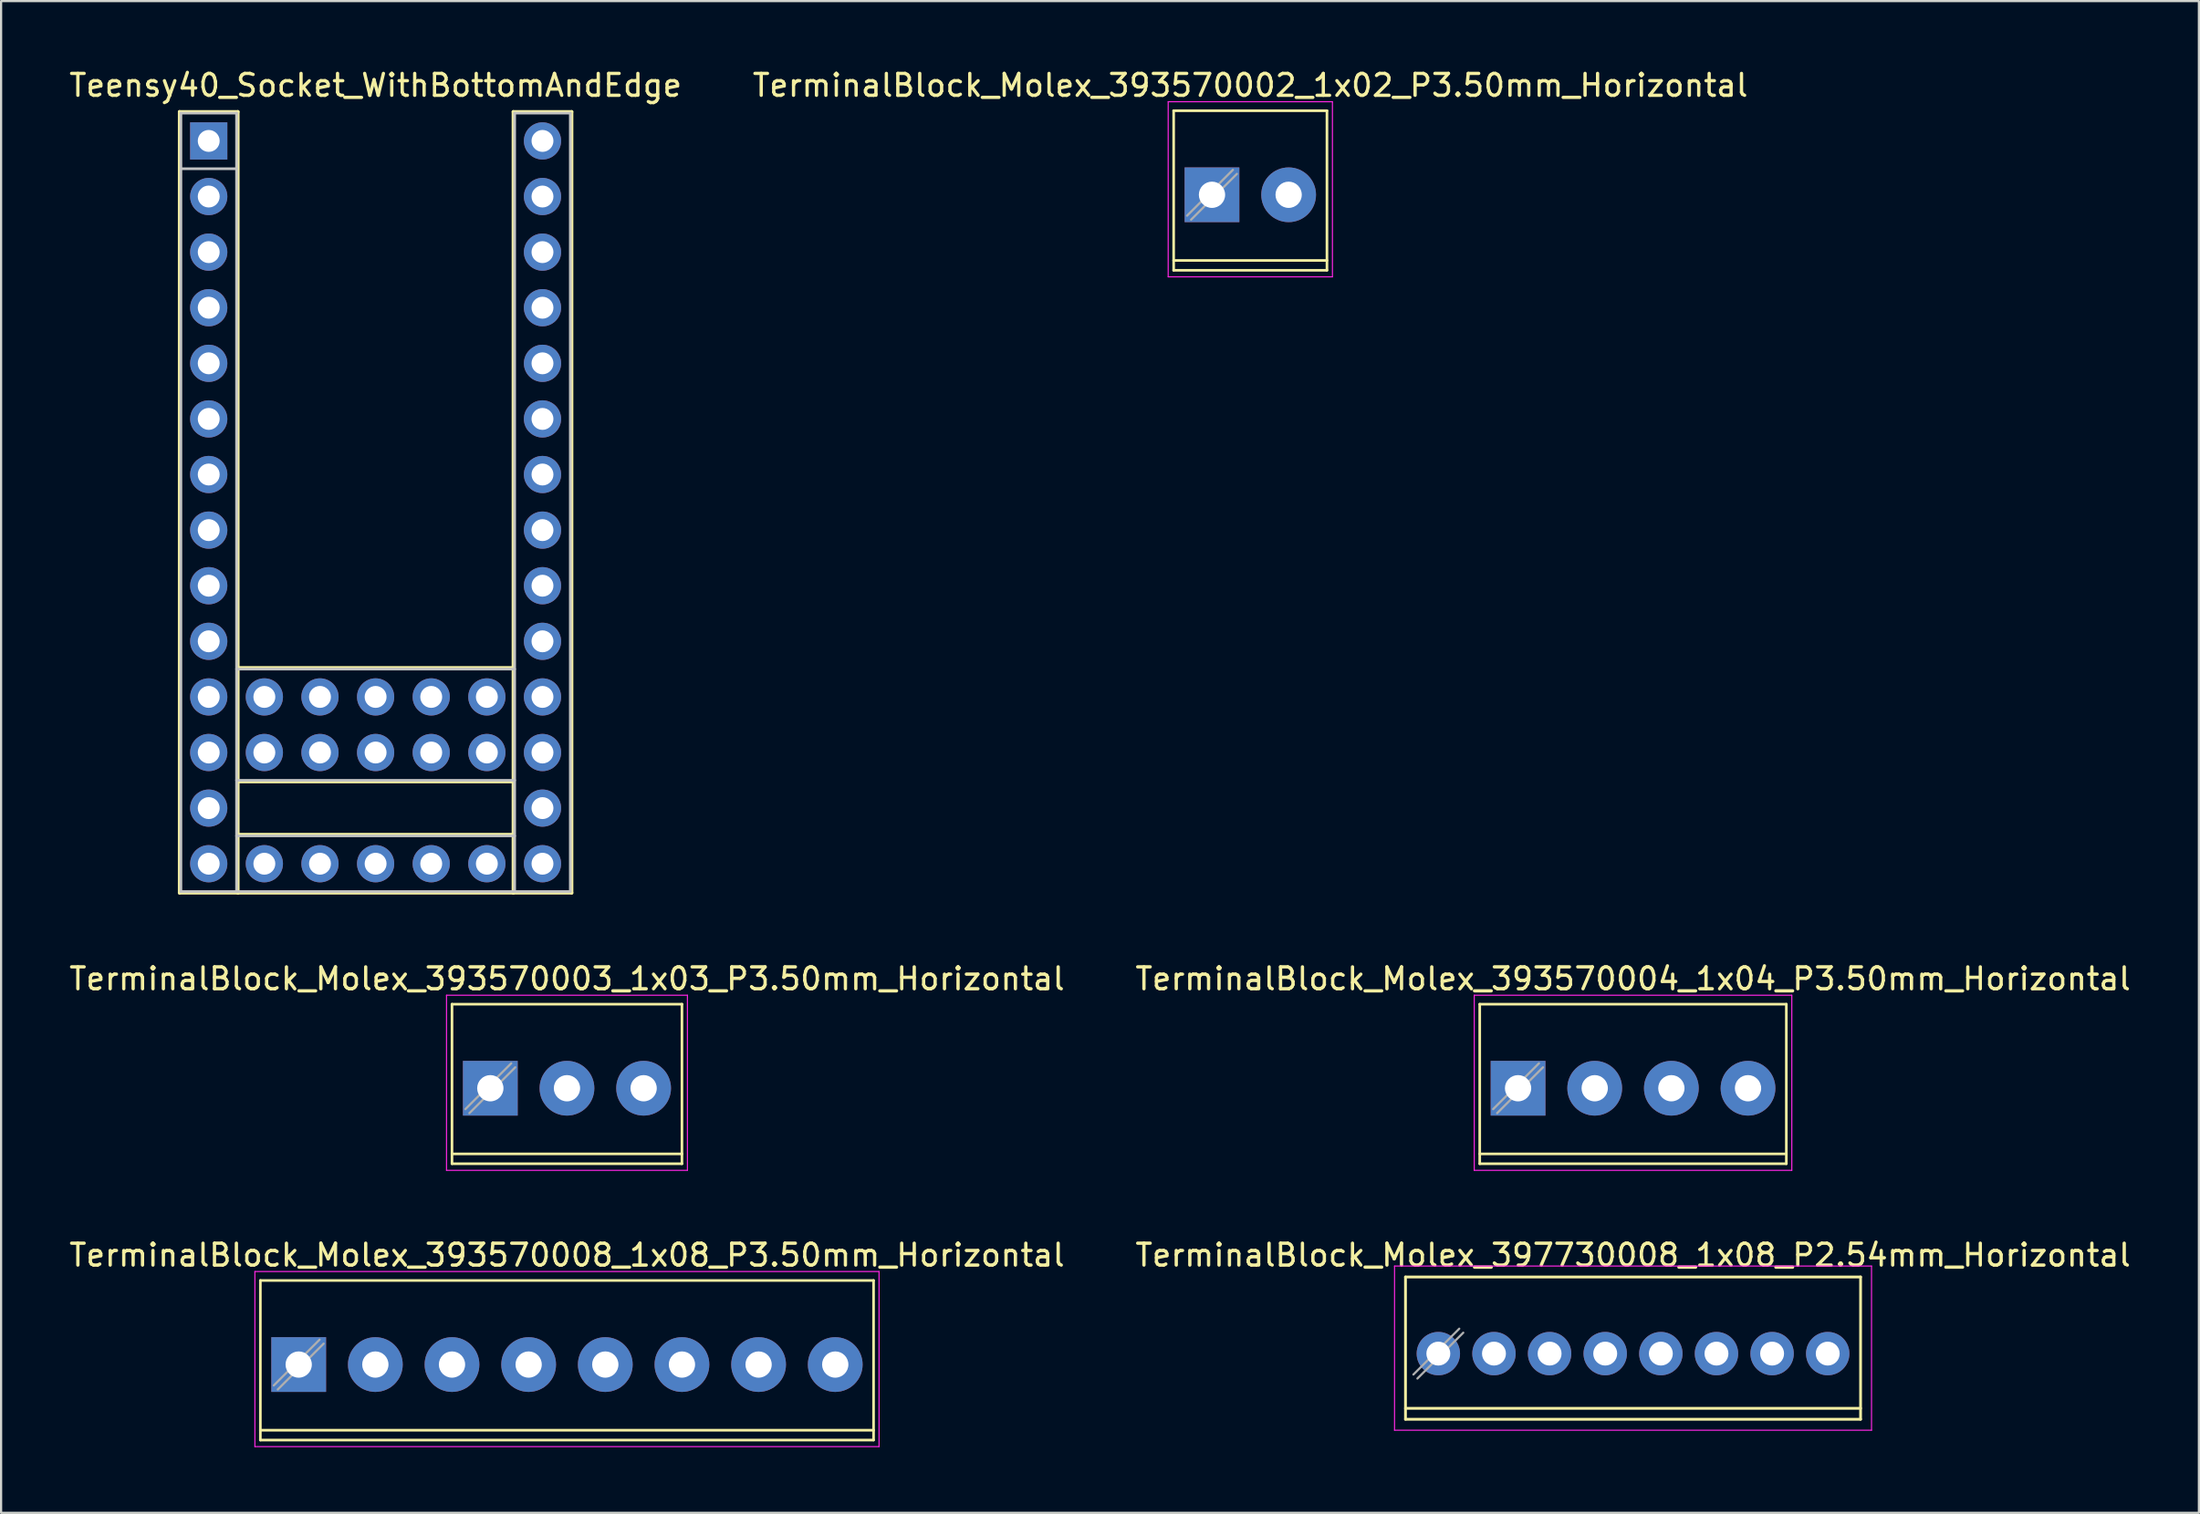
<source format=kicad_pcb>
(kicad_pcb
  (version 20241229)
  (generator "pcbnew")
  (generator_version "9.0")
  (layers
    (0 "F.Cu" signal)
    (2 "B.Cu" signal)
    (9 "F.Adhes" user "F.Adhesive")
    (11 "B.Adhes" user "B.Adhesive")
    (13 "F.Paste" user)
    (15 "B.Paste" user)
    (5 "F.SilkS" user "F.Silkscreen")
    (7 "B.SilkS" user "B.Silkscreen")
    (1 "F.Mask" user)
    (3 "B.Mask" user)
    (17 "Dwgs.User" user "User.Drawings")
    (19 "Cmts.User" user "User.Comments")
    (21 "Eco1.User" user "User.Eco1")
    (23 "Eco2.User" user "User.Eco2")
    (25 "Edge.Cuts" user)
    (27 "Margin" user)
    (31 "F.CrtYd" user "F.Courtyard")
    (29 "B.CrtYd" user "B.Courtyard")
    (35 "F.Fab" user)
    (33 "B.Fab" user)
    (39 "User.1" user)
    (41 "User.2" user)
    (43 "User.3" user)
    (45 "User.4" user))
  (footprint "TerminalBlock_Molex_393570004_1x04_P3.50mm_Horizontal"
    (layer "F.Cu")
    (at 66.268 46.665)
    (property "Reference" "TerminalBlock_Molex_393570004_1x04_P3.50mm_Horizontal" (at 5.25 -5 0) (layer "F.SilkS") (effects (font (size 1 1) (thickness 0.15))))
    (attr through_hole)
    (fp_line (start -1.75 -3.84) (end -1.75 3.45) (stroke (width 0.12) (type solid)) (layer "F.SilkS"))
    (fp_line (start -1.75 -3.84) (end 12.25 -3.84) (stroke (width 0.12) (type solid)) (layer "F.SilkS"))
    (fp_line (start -1.75 3) (end 12.25 3) (stroke (width 0.12) (type solid)) (layer "F.SilkS"))
    (fp_line (start -1.75 3.45) (end 12.25 3.45) (stroke (width 0.12) (type solid)) (layer "F.SilkS"))
    (fp_line (start 12.25 -3.84) (end 12.25 3.45) (stroke (width 0.12) (type solid)) (layer "F.SilkS"))
    (fp_line (start -2 -4.25) (end -2 3.75) (stroke (width 0.05) (type solid)) (layer "F.CrtYd"))
    (fp_line (start -2 3.75) (end 12.5 3.75) (stroke (width 0.05) (type solid)) (layer "F.CrtYd"))
    (fp_line (start 12.5 -4.25) (end -2 -4.25) (stroke (width 0.05) (type solid)) (layer "F.CrtYd"))
    (fp_line (start 12.5 3.75) (end 12.5 -4.25) (stroke (width 0.05) (type solid)) (layer "F.CrtYd"))
    (fp_line (start 0.955 -1.138) (end -1.138 0.955) (stroke (width 0.1) (type solid)) (layer "F.Fab"))
    (fp_line (start 1.138 -0.955) (end -0.955 1.138) (stroke (width 0.1) (type solid)) (layer "F.Fab"))
    (pad "1" thru_hole rect (at 0 0) (size 2.5 2.5) (drill 1.2) (layers "*.Cu" "*.Mask"))
    (pad "2" thru_hole circle (at 3.5 0) (size 2.5 2.5) (drill 1.2) (layers "*.Cu" "*.Mask"))
    (pad "3" thru_hole circle (at 7 0) (size 2.5 2.5) (drill 1.2) (layers "*.Cu" "*.Mask"))
    (pad "4" thru_hole circle (at 10.5 0) (size 2.5 2.5) (drill 1.2) (layers "*.Cu" "*.Mask")))
  (footprint "Teensy40_Socket_WithBottomAndEdge"
    (layer "F.Cu")
    (at 14.101 3.388)
    (property "Reference" "Teensy40_Socket_WithBottomAndEdge" (at 0 -2.54 0) (layer "F.SilkS") (effects (font (size 1 1) (thickness 0.15))))
    (attr through_hole)
    (fp_line (start -8.954 -1.333) (end -6.287 -1.333) (stroke (width 0.15) (type solid)) (layer "F.SilkS"))
    (fp_line (start -8.954 34.353) (end -8.954 -1.333) (stroke (width 0.15) (type solid)) (layer "F.SilkS"))
    (fp_line (start -6.287 -1.333) (end -6.287 34.353) (stroke (width 0.15) (type solid)) (layer "F.SilkS"))
    (fp_line (start -6.287 24.067) (end 6.287 24.067) (stroke (width 0.15) (type solid)) (layer "F.SilkS"))
    (fp_line (start -6.287 29.273) (end 6.287 29.273) (stroke (width 0.15) (type solid)) (layer "F.SilkS"))
    (fp_line (start -6.287 31.686) (end 6.287 31.686) (stroke (width 0.15) (type solid)) (layer "F.SilkS"))
    (fp_line (start -6.287 34.353) (end -8.954 34.353) (stroke (width 0.15) (type solid)) (layer "F.SilkS"))
    (fp_line (start -6.287 34.353) (end 6.287 34.353) (stroke (width 0.15) (type solid)) (layer "F.SilkS"))
    (fp_line (start 6.287 -1.333) (end 8.954 -1.333) (stroke (width 0.15) (type solid)) (layer "F.SilkS"))
    (fp_line (start 6.287 34.353) (end 6.287 -1.333) (stroke (width 0.15) (type solid)) (layer "F.SilkS"))
    (fp_line (start 8.954 -1.333) (end 8.954 34.353) (stroke (width 0.15) (type solid)) (layer "F.SilkS"))
    (fp_line (start 8.954 34.353) (end 6.287 34.353) (stroke (width 0.15) (type solid)) (layer "F.SilkS"))
    (fp_line (start -8.89 -1.27) (end -6.35 -1.27) (stroke (width 0.12) (type solid)) (layer "Dwgs.User"))
    (fp_line (start -8.89 1.27) (end -6.35 1.27) (stroke (width 0.12) (type solid)) (layer "Dwgs.User"))
    (fp_line (start -8.89 34.29) (end -8.89 -1.27) (stroke (width 0.12) (type solid)) (layer "Dwgs.User"))
    (fp_line (start -6.35 -1.27) (end -6.35 34.29) (stroke (width 0.12) (type solid)) (layer "Dwgs.User"))
    (fp_line (start -6.35 24.13) (end 6.35 24.13) (stroke (width 0.12) (type solid)) (layer "Dwgs.User"))
    (fp_line (start -6.35 29.21) (end 6.35 29.21) (stroke (width 0.12) (type solid)) (layer "Dwgs.User"))
    (fp_line (start -6.35 31.75) (end 6.35 31.75) (stroke (width 0.12) (type solid)) (layer "Dwgs.User"))
    (fp_line (start -6.35 34.29) (end -8.89 34.29) (stroke (width 0.12) (type solid)) (layer "Dwgs.User"))
    (fp_line (start -6.35 34.29) (end 6.35 34.29) (stroke (width 0.12) (type solid)) (layer "Dwgs.User"))
    (fp_line (start 6.35 -1.27) (end 8.89 -1.27) (stroke (width 0.12) (type solid)) (layer "Dwgs.User"))
    (fp_line (start 6.35 34.29) (end 6.35 -1.27) (stroke (width 0.12) (type solid)) (layer "Dwgs.User"))
    (fp_line (start 8.89 -1.27) (end 8.89 34.29) (stroke (width 0.12) (type solid)) (layer "Dwgs.User"))
    (fp_line (start 8.89 34.29) (end 6.35 34.29) (stroke (width 0.12) (type solid)) (layer "Dwgs.User"))
    (pad "1" thru_hole rect (at -7.62 0) (size 1.7 1.7) (drill 1) (layers "*.Cu" "*.Mask"))
    (pad "2" thru_hole oval (at -7.62 2.54) (size 1.7 1.7) (drill 1) (layers "*.Cu" "*.Mask"))
    (pad "3" thru_hole oval (at -7.62 5.08) (size 1.7 1.7) (drill 1) (layers "*.Cu" "*.Mask"))
    (pad "4" thru_hole oval (at -7.62 7.62) (size 1.7 1.7) (drill 1) (layers "*.Cu" "*.Mask"))
    (pad "5" thru_hole oval (at -7.62 10.16) (size 1.7 1.7) (drill 1) (layers "*.Cu" "*.Mask"))
    (pad "6" thru_hole oval (at -7.62 12.7) (size 1.7 1.7) (drill 1) (layers "*.Cu" "*.Mask"))
    (pad "7" thru_hole oval (at -7.62 15.24) (size 1.7 1.7) (drill 1) (layers "*.Cu" "*.Mask"))
    (pad "8" thru_hole oval (at -7.62 17.78) (size 1.7 1.7) (drill 1) (layers "*.Cu" "*.Mask"))
    (pad "9" thru_hole oval (at -7.62 20.32) (size 1.7 1.7) (drill 1) (layers "*.Cu" "*.Mask"))
    (pad "10" thru_hole oval (at -7.62 22.86) (size 1.7 1.7) (drill 1) (layers "*.Cu" "*.Mask"))
    (pad "11" thru_hole oval (at -7.62 25.4) (size 1.7 1.7) (drill 1) (layers "*.Cu" "*.Mask"))
    (pad "12" thru_hole oval (at -7.62 27.94) (size 1.7 1.7) (drill 1) (layers "*.Cu" "*.Mask"))
    (pad "13" thru_hole oval (at -7.62 30.48) (size 1.7 1.7) (drill 1) (layers "*.Cu" "*.Mask"))
    (pad "14" thru_hole oval (at -7.62 33.02) (size 1.7 1.7) (drill 1) (layers "*.Cu" "*.Mask"))
    (pad "15" thru_hole oval (at 7.62 33.02) (size 1.7 1.7) (drill 1) (layers "*.Cu" "*.Mask"))
    (pad "16" thru_hole oval (at 7.62 30.48) (size 1.7 1.7) (drill 1) (layers "*.Cu" "*.Mask"))
    (pad "17" thru_hole oval (at 7.62 27.94) (size 1.7 1.7) (drill 1) (layers "*.Cu" "*.Mask"))
    (pad "18" thru_hole oval (at 7.62 25.4) (size 1.7 1.7) (drill 1) (layers "*.Cu" "*.Mask"))
    (pad "19" thru_hole oval (at 7.62 22.86) (size 1.7 1.7) (drill 1) (layers "*.Cu" "*.Mask"))
    (pad "20" thru_hole oval (at 7.62 20.32) (size 1.7 1.7) (drill 1) (layers "*.Cu" "*.Mask"))
    (pad "21" thru_hole oval (at 7.62 17.78) (size 1.7 1.7) (drill 1) (layers "*.Cu" "*.Mask"))
    (pad "22" thru_hole oval (at 7.62 15.24) (size 1.7 1.7) (drill 1) (layers "*.Cu" "*.Mask"))
    (pad "23" thru_hole oval (at 7.62 12.7) (size 1.7 1.7) (drill 1) (layers "*.Cu" "*.Mask"))
    (pad "24" thru_hole oval (at 7.62 10.16) (size 1.7 1.7) (drill 1) (layers "*.Cu" "*.Mask"))
    (pad "25" thru_hole oval (at 7.62 7.62) (size 1.7 1.7) (drill 1) (layers "*.Cu" "*.Mask"))
    (pad "26" thru_hole oval (at 7.62 5.08) (size 1.7 1.7) (drill 1) (layers "*.Cu" "*.Mask"))
    (pad "27" thru_hole oval (at 7.62 2.54) (size 1.7 1.7) (drill 1) (layers "*.Cu" "*.Mask"))
    (pad "28" thru_hole oval (at 7.62 0) (size 1.7 1.7) (drill 1) (layers "*.Cu" "*.Mask"))
    (pad "29" thru_hole oval (at 5.08 27.94) (size 1.7 1.7) (drill 1) (layers "*.Cu" "*.Mask"))
    (pad "30" thru_hole oval (at 2.54 27.94) (size 1.7 1.7) (drill 1) (layers "*.Cu" "*.Mask"))
    (pad "31" thru_hole oval (at 0 27.94) (size 1.7 1.7) (drill 1) (layers "*.Cu" "*.Mask"))
    (pad "32" thru_hole oval (at -2.54 27.94) (size 1.7 1.7) (drill 1) (layers "*.Cu" "*.Mask"))
    (pad "33" thru_hole oval (at -5.08 27.94) (size 1.7 1.7) (drill 1) (layers "*.Cu" "*.Mask"))
    (pad "34" thru_hole oval (at -5.08 25.4) (size 1.7 1.7) (drill 1) (layers "*.Cu" "*.Mask"))
    (pad "35" thru_hole oval (at -2.54 25.4) (size 1.7 1.7) (drill 1) (layers "*.Cu" "*.Mask"))
    (pad "36" thru_hole oval (at 0 25.4) (size 1.7 1.7) (drill 1) (layers "*.Cu" "*.Mask"))
    (pad "37" thru_hole oval (at 2.54 25.4) (size 1.7 1.7) (drill 1) (layers "*.Cu" "*.Mask"))
    (pad "38" thru_hole oval (at 5.08 25.4) (size 1.7 1.7) (drill 1) (layers "*.Cu" "*.Mask"))
    (pad "39" thru_hole oval (at 5.08 33.02) (size 1.7 1.7) (drill 1) (layers "*.Cu" "*.Mask"))
    (pad "40" thru_hole oval (at 2.54 33.02) (size 1.7 1.7) (drill 1) (layers "*.Cu" "*.Mask"))
    (pad "41" thru_hole oval (at 0 33.02) (size 1.7 1.7) (drill 1) (layers "*.Cu" "*.Mask"))
    (pad "42" thru_hole oval (at -2.54 33.02) (size 1.7 1.7) (drill 1) (layers "*.Cu" "*.Mask"))
    (pad "43" thru_hole oval (at -5.08 33.02) (size 1.7 1.7) (drill 1) (layers "*.Cu" "*.Mask")))
  (footprint "TerminalBlock_Molex_393570002_1x02_P3.50mm_Horizontal"
    (layer "F.Cu")
    (at 52.292 5.848)
    (property "Reference" "TerminalBlock_Molex_393570002_1x02_P3.50mm_Horizontal" (at 1.75 -5 0) (layer "F.SilkS") (effects (font (size 1 1) (thickness 0.15))))
    (attr through_hole)
    (fp_line (start -1.75 -3.84) (end -1.75 3.45) (stroke (width 0.12) (type solid)) (layer "F.SilkS"))
    (fp_line (start -1.75 -3.84) (end 5.25 -3.84) (stroke (width 0.12) (type solid)) (layer "F.SilkS"))
    (fp_line (start -1.75 3) (end 5.25 3) (stroke (width 0.12) (type solid)) (layer "F.SilkS"))
    (fp_line (start -1.75 3.45) (end 5.25 3.45) (stroke (width 0.12) (type solid)) (layer "F.SilkS"))
    (fp_line (start 5.25 -3.84) (end 5.25 3.45) (stroke (width 0.12) (type solid)) (layer "F.SilkS"))
    (fp_line (start -2 -4.25) (end -2 3.75) (stroke (width 0.05) (type solid)) (layer "F.CrtYd"))
    (fp_line (start -2 3.75) (end 5.5 3.75) (stroke (width 0.05) (type solid)) (layer "F.CrtYd"))
    (fp_line (start 5.5 -4.25) (end -2 -4.25) (stroke (width 0.05) (type solid)) (layer "F.CrtYd"))
    (fp_line (start 5.5 3.75) (end 5.5 -4.25) (stroke (width 0.05) (type solid)) (layer "F.CrtYd"))
    (fp_line (start 0.955 -1.138) (end -1.138 0.955) (stroke (width 0.1) (type solid)) (layer "F.Fab"))
    (fp_line (start 1.138 -0.955) (end -0.955 1.138) (stroke (width 0.1) (type solid)) (layer "F.Fab"))
    (pad "1" thru_hole rect (at 0 0) (size 2.5 2.5) (drill 1.2) (layers "*.Cu" "*.Mask"))
    (pad "2" thru_hole circle (at 3.5 0) (size 2.5 2.5) (drill 1.2) (layers "*.Cu" "*.Mask")))
  (footprint "TerminalBlock_Molex_397730008_1x08_P2.54mm_Horizontal"
    (layer "F.Cu")
    (at 62.628 58.788)
    (property "Reference" "TerminalBlock_Molex_397730008_1x08_P2.54mm_Horizontal" (at 8.89 -4.5 0) (layer "F.SilkS") (effects (font (size 1 1) (thickness 0.15))))
    (attr through_hole)
    (fp_line (start -1.5 -3.5) (end -1.5 3) (stroke (width 0.127) (type solid)) (layer "F.SilkS"))
    (fp_line (start -1.5 -3.5) (end 19.28 -3.5) (stroke (width 0.127) (type solid)) (layer "F.SilkS"))
    (fp_line (start -1.5 2.5) (end 19.28 2.5) (stroke (width 0.127) (type solid)) (layer "F.SilkS"))
    (fp_line (start -1.5 3) (end 19.28 3) (stroke (width 0.127) (type solid)) (layer "F.SilkS"))
    (fp_line (start 19.28 -3.5) (end 19.28 3) (stroke (width 0.127) (type solid)) (layer "F.SilkS"))
    (fp_line (start -2 -4) (end -2 3.5) (stroke (width 0.05) (type solid)) (layer "F.CrtYd"))
    (fp_line (start -2 3.5) (end 19.78 3.5) (stroke (width 0.05) (type solid)) (layer "F.CrtYd"))
    (fp_line (start 19.78 -4) (end -2 -4) (stroke (width 0.05) (type solid)) (layer "F.CrtYd"))
    (fp_line (start 19.78 3.5) (end 19.78 -4) (stroke (width 0.05) (type solid)) (layer "F.CrtYd"))
    (fp_line (start 0.955 -1.138) (end -1.138 0.955) (stroke (width 0.1) (type solid)) (layer "F.Fab"))
    (fp_line (start 1.138 -0.955) (end -0.955 1.138) (stroke (width 0.1) (type solid)) (layer "F.Fab"))
    (pad "1" thru_hole circle (at 0 0) (size 1.981 1.981) (drill 1.092) (layers "*.Cu" "*.Mask"))
    (pad "2" thru_hole circle (at 2.54 0) (size 1.981 1.981) (drill 1.092) (layers "*.Cu" "*.Mask"))
    (pad "3" thru_hole circle (at 5.08 0) (size 1.981 1.981) (drill 1.092) (layers "*.Cu" "*.Mask"))
    (pad "4" thru_hole circle (at 7.62 0) (size 1.981 1.981) (drill 1.092) (layers "*.Cu" "*.Mask"))
    (pad "5" thru_hole circle (at 10.16 0) (size 1.981 1.981) (drill 1.092) (layers "*.Cu" "*.Mask"))
    (pad "6" thru_hole circle (at 12.7 0) (size 1.981 1.981) (drill 1.092) (layers "*.Cu" "*.Mask"))
    (pad "7" thru_hole circle (at 15.24 0) (size 1.981 1.981) (drill 1.092) (layers "*.Cu" "*.Mask"))
    (pad "8" thru_hole circle (at 17.78 0) (size 1.981 1.981) (drill 1.092) (layers "*.Cu" "*.Mask")))
  (footprint "TerminalBlock_Molex_393570003_1x03_P3.50mm_Horizontal"
    (layer "F.Cu")
    (at 19.339 46.665)
    (property "Reference" "TerminalBlock_Molex_393570003_1x03_P3.50mm_Horizontal" (at 3.5 -5 0) (layer "F.SilkS") (effects (font (size 1 1) (thickness 0.15))))
    (attr through_hole)
    (fp_line (start -1.75 -3.84) (end -1.75 3.45) (stroke (width 0.12) (type solid)) (layer "F.SilkS"))
    (fp_line (start -1.75 -3.84) (end 8.75 -3.84) (stroke (width 0.12) (type solid)) (layer "F.SilkS"))
    (fp_line (start -1.75 3) (end 8.75 3) (stroke (width 0.12) (type solid)) (layer "F.SilkS"))
    (fp_line (start -1.75 3.45) (end 8.75 3.45) (stroke (width 0.12) (type solid)) (layer "F.SilkS"))
    (fp_line (start 8.75 -3.84) (end 8.75 3.45) (stroke (width 0.12) (type solid)) (layer "F.SilkS"))
    (fp_line (start -2 -4.25) (end -2 3.75) (stroke (width 0.05) (type solid)) (layer "F.CrtYd"))
    (fp_line (start -2 3.75) (end 9 3.75) (stroke (width 0.05) (type solid)) (layer "F.CrtYd"))
    (fp_line (start 9 -4.25) (end -2 -4.25) (stroke (width 0.05) (type solid)) (layer "F.CrtYd"))
    (fp_line (start 9 3.75) (end 9 -4.25) (stroke (width 0.05) (type solid)) (layer "F.CrtYd"))
    (fp_line (start 0.955 -1.138) (end -1.138 0.955) (stroke (width 0.1) (type solid)) (layer "F.Fab"))
    (fp_line (start 1.138 -0.955) (end -0.955 1.138) (stroke (width 0.1) (type solid)) (layer "F.Fab"))
    (pad "1" thru_hole rect (at 0 0) (size 2.5 2.5) (drill 1.2) (layers "*.Cu" "*.Mask"))
    (pad "2" thru_hole circle (at 3.5 0) (size 2.5 2.5) (drill 1.2) (layers "*.Cu" "*.Mask"))
    (pad "3" thru_hole circle (at 7 0) (size 2.5 2.5) (drill 1.2) (layers "*.Cu" "*.Mask")))
  (footprint "TerminalBlock_Molex_393570008_1x08_P3.50mm_Horizontal"
    (layer "F.Cu")
    (at 10.589 59.288)
    (property "Reference" "TerminalBlock_Molex_393570008_1x08_P3.50mm_Horizontal" (at 12.25 -5 0) (layer "F.SilkS") (effects (font (size 1 1) (thickness 0.15))))
    (attr through_hole)
    (fp_line (start -1.75 -3.84) (end -1.75 3.45) (stroke (width 0.12) (type solid)) (layer "F.SilkS"))
    (fp_line (start -1.75 -3.84) (end 26.25 -3.84) (stroke (width 0.12) (type solid)) (layer "F.SilkS"))
    (fp_line (start -1.75 3) (end 26.25 3) (stroke (width 0.12) (type solid)) (layer "F.SilkS"))
    (fp_line (start -1.75 3.45) (end 26.25 3.45) (stroke (width 0.12) (type solid)) (layer "F.SilkS"))
    (fp_line (start 26.25 -3.84) (end 26.25 3.45) (stroke (width 0.12) (type solid)) (layer "F.SilkS"))
    (fp_line (start -2 -4.25) (end -2 3.75) (stroke (width 0.05) (type solid)) (layer "F.CrtYd"))
    (fp_line (start -2 3.75) (end 26.5 3.75) (stroke (width 0.05) (type solid)) (layer "F.CrtYd"))
    (fp_line (start 26.5 -4.25) (end -2 -4.25) (stroke (width 0.05) (type solid)) (layer "F.CrtYd"))
    (fp_line (start 26.5 3.75) (end 26.5 -4.25) (stroke (width 0.05) (type solid)) (layer "F.CrtYd"))
    (fp_line (start 0.955 -1.138) (end -1.138 0.955) (stroke (width 0.1) (type solid)) (layer "F.Fab"))
    (fp_line (start 1.138 -0.955) (end -0.955 1.138) (stroke (width 0.1) (type solid)) (layer "F.Fab"))
    (pad "1" thru_hole rect (at 0 0) (size 2.5 2.5) (drill 1.2) (layers "*.Cu" "*.Mask"))
    (pad "2" thru_hole circle (at 3.5 0) (size 2.5 2.5) (drill 1.2) (layers "*.Cu" "*.Mask"))
    (pad "3" thru_hole circle (at 7 0) (size 2.5 2.5) (drill 1.2) (layers "*.Cu" "*.Mask"))
    (pad "4" thru_hole circle (at 10.5 0) (size 2.5 2.5) (drill 1.2) (layers "*.Cu" "*.Mask"))
    (pad "5" thru_hole circle (at 14 0) (size 2.5 2.5) (drill 1.2) (layers "*.Cu" "*.Mask"))
    (pad "6" thru_hole circle (at 17.5 0) (size 2.5 2.5) (drill 1.2) (layers "*.Cu" "*.Mask"))
    (pad "7" thru_hole circle (at 21 0) (size 2.5 2.5) (drill 1.2) (layers "*.Cu" "*.Mask"))
    (pad "8" thru_hole circle (at 24.5 0) (size 2.5 2.5) (drill 1.2) (layers "*.Cu" "*.Mask")))
  (gr_rect
    (start -3 -3)
    (end 97.357 66.063)
    (stroke (width 0.1) (type default))
    (fill no)
    (layer "Edge.Cuts")))
</source>
